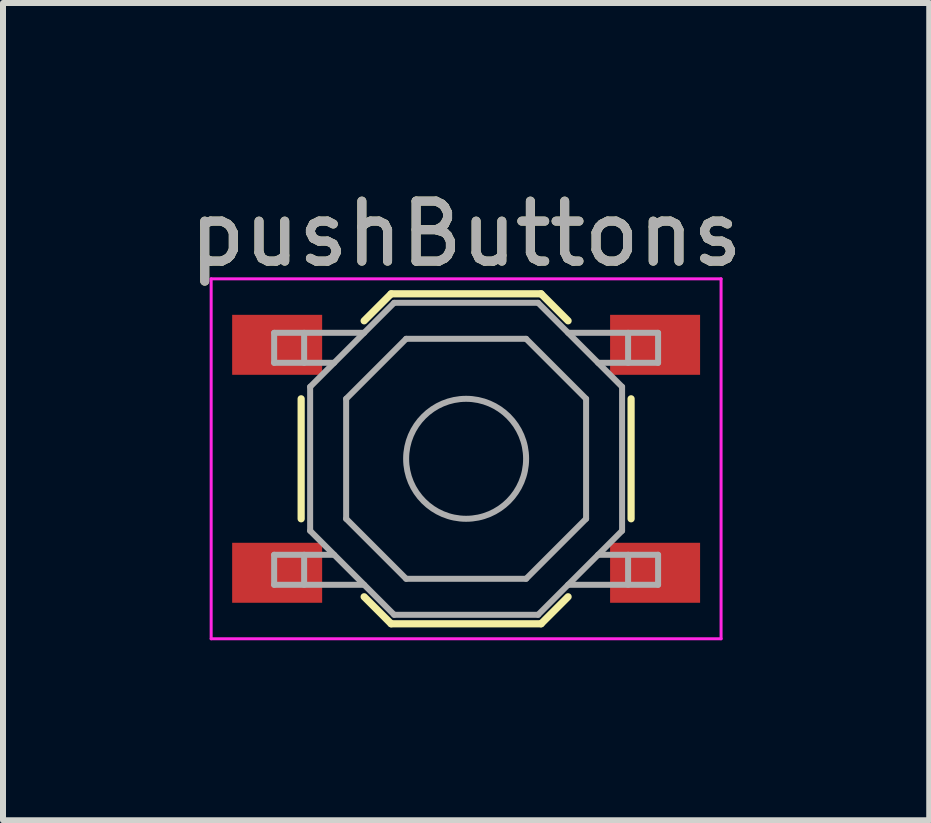
<source format=kicad_pcb>
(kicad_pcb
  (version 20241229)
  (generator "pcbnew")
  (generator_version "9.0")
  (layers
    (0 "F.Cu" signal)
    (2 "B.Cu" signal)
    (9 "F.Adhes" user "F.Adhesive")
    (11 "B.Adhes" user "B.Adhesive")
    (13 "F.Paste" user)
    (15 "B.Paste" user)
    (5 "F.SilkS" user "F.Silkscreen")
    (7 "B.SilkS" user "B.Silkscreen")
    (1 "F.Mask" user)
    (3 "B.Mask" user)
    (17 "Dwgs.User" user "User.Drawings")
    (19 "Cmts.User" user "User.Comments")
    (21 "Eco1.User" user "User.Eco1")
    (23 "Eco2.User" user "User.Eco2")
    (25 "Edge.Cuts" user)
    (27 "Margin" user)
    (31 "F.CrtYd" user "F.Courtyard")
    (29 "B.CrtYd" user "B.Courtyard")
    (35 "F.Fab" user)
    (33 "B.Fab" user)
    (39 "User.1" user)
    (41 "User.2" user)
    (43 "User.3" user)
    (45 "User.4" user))
  (footprint "pushButtons"
    (layer "F.Cu")
    (at 4.72 4.598)
    (property "Reference" "pushButtons" (at 0 -3.75 0) (layer "F.SilkS") (effects (font (size 1 1) (thickness 0.15))))
    (attr smd)
    (fp_line (start -2.75 -1) (end -2.75 1) (stroke (width 0.12) (type solid)) (layer "F.SilkS"))
    (fp_line (start -1.7 -2.3) (end -1.25 -2.75) (stroke (width 0.12) (type solid)) (layer "F.SilkS"))
    (fp_line (start -1.7 2.3) (end -1.25 2.75) (stroke (width 0.12) (type solid)) (layer "F.SilkS"))
    (fp_line (start -1.25 -2.75) (end 1.25 -2.75) (stroke (width 0.12) (type solid)) (layer "F.SilkS"))
    (fp_line (start -1.25 2.75) (end 1.25 2.75) (stroke (width 0.12) (type solid)) (layer "F.SilkS"))
    (fp_line (start 1.7 -2.3) (end 1.25 -2.75) (stroke (width 0.12) (type solid)) (layer "F.SilkS"))
    (fp_line (start 1.7 2.3) (end 1.25 2.75) (stroke (width 0.12) (type solid)) (layer "F.SilkS"))
    (fp_line (start 2.75 -1) (end 2.75 1) (stroke (width 0.12) (type solid)) (layer "F.SilkS"))
    (fp_line (start -4.25 -3) (end 4.25 -3) (stroke (width 0.05) (type solid)) (layer "F.CrtYd"))
    (fp_line (start -4.25 3) (end -4.25 -3) (stroke (width 0.05) (type solid)) (layer "F.CrtYd"))
    (fp_line (start 4.25 -3) (end 4.25 3) (stroke (width 0.05) (type solid)) (layer "F.CrtYd"))
    (fp_line (start 4.25 3) (end -4.25 3) (stroke (width 0.05) (type solid)) (layer "F.CrtYd"))
    (fp_line (start -3.2 -2.1) (end -3.2 -1.6) (stroke (width 0.1) (type solid)) (layer "F.Fab"))
    (fp_line (start -3.2 -1.6) (end -2.2 -1.6) (stroke (width 0.1) (type solid)) (layer "F.Fab"))
    (fp_line (start -3.2 1.6) (end -2.2 1.6) (stroke (width 0.1) (type solid)) (layer "F.Fab"))
    (fp_line (start -3.2 2.1) (end -3.2 1.6) (stroke (width 0.1) (type solid)) (layer "F.Fab"))
    (fp_line (start -2.7 -2.1) (end -2.7 -1.6) (stroke (width 0.1) (type solid)) (layer "F.Fab"))
    (fp_line (start -2.7 2.1) (end -2.7 1.6) (stroke (width 0.1) (type solid)) (layer "F.Fab"))
    (fp_line (start -2.6 -1.2) (end -2.6 1.2) (stroke (width 0.1) (type solid)) (layer "F.Fab"))
    (fp_line (start -2.6 1.2) (end -1.2 2.6) (stroke (width 0.1) (type solid)) (layer "F.Fab"))
    (fp_line (start -2 -1) (end -1 -2) (stroke (width 0.1) (type solid)) (layer "F.Fab"))
    (fp_line (start -2 1) (end -2 -1) (stroke (width 0.1) (type solid)) (layer "F.Fab"))
    (fp_line (start -1.7 -2.1) (end -3.2 -2.1) (stroke (width 0.1) (type solid)) (layer "F.Fab"))
    (fp_line (start -1.7 2.1) (end -3.2 2.1) (stroke (width 0.1) (type solid)) (layer "F.Fab"))
    (fp_line (start -1.2 -2.6) (end -2.6 -1.2) (stroke (width 0.1) (type solid)) (layer "F.Fab"))
    (fp_line (start -1.2 2.6) (end 1.2 2.6) (stroke (width 0.1) (type solid)) (layer "F.Fab"))
    (fp_line (start -1 -2) (end 1 -2) (stroke (width 0.1) (type solid)) (layer "F.Fab"))
    (fp_line (start -1 2) (end -2 1) (stroke (width 0.1) (type solid)) (layer "F.Fab"))
    (fp_line (start 1 -2) (end 2 -1) (stroke (width 0.1) (type solid)) (layer "F.Fab"))
    (fp_line (start 1 2) (end -1 2) (stroke (width 0.1) (type solid)) (layer "F.Fab"))
    (fp_line (start 1.2 -2.6) (end -1.2 -2.6) (stroke (width 0.1) (type solid)) (layer "F.Fab"))
    (fp_line (start 1.2 2.6) (end 2.6 1.2) (stroke (width 0.1) (type solid)) (layer "F.Fab"))
    (fp_line (start 1.7 -2.1) (end 3.2 -2.1) (stroke (width 0.1) (type solid)) (layer "F.Fab"))
    (fp_line (start 1.7 2.1) (end 3.2 2.1) (stroke (width 0.1) (type solid)) (layer "F.Fab"))
    (fp_line (start 2 -1) (end 2 1) (stroke (width 0.1) (type solid)) (layer "F.Fab"))
    (fp_line (start 2 1) (end 1 2) (stroke (width 0.1) (type solid)) (layer "F.Fab"))
    (fp_line (start 2.6 -1.2) (end 1.2 -2.6) (stroke (width 0.1) (type solid)) (layer "F.Fab"))
    (fp_line (start 2.6 1.2) (end 2.6 -1.2) (stroke (width 0.1) (type solid)) (layer "F.Fab"))
    (fp_line (start 2.7 -2.1) (end 2.7 -1.6) (stroke (width 0.1) (type solid)) (layer "F.Fab"))
    (fp_line (start 2.7 2.1) (end 2.7 1.6) (stroke (width 0.1) (type solid)) (layer "F.Fab"))
    (fp_line (start 3.2 -2.1) (end 3.2 -1.6) (stroke (width 0.1) (type solid)) (layer "F.Fab"))
    (fp_line (start 3.2 -1.6) (end 2.2 -1.6) (stroke (width 0.1) (type solid)) (layer "F.Fab"))
    (fp_line (start 3.2 1.6) (end 2.2 1.6) (stroke (width 0.1) (type solid)) (layer "F.Fab"))
    (fp_line (start 3.2 2.1) (end 3.2 1.6) (stroke (width 0.1) (type solid)) (layer "F.Fab"))
    (fp_circle (center 0 0) (end 1 0) (stroke (width 0.1) (type solid)) (fill no) (layer "F.Fab"))
    (fp_text user "${REFERENCE}" (at 0 -3.75 0) (layer "F.Fab") (effects (font (size 1 1) (thickness 0.15))))
    (pad "1" smd rect (at -3.15 -1.9) (size 1.5 1) (layers "F.Cu" "F.Mask" "F.Paste"))
    (pad "1" smd rect (at 3.15 -1.9) (size 1.5 1) (layers "F.Cu" "F.Mask" "F.Paste"))
    (pad "2" smd rect (at -3.15 1.9) (size 1.5 1) (layers "F.Cu" "F.Mask" "F.Paste"))
    (pad "2" smd rect (at 3.15 1.9) (size 1.5 1) (layers "F.Cu" "F.Mask" "F.Paste")))
  (gr_rect
    (start -3 -3)
    (end 12.44 10.623)
    (stroke (width 0.1) (type default))
    (fill no)
    (layer "Edge.Cuts")))
</source>
